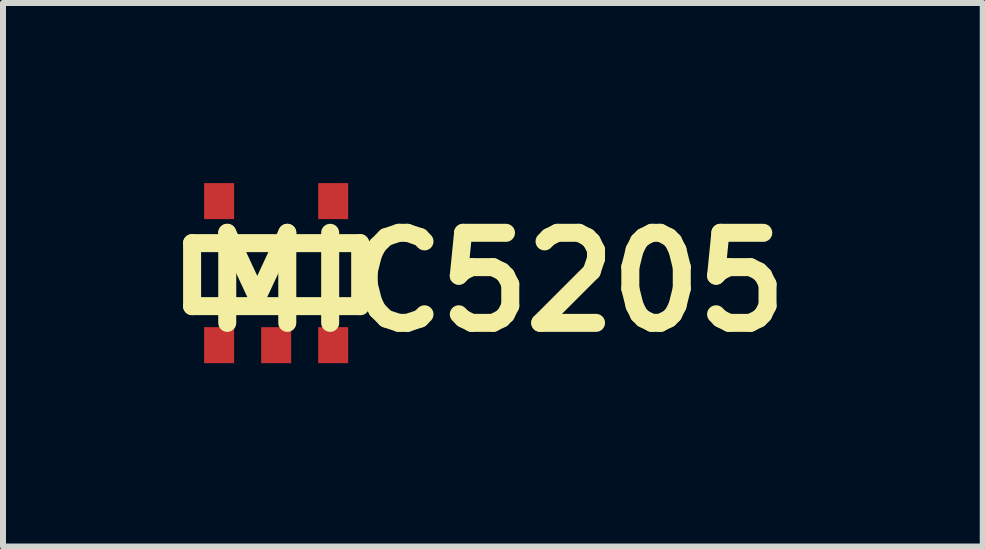
<source format=kicad_pcb>
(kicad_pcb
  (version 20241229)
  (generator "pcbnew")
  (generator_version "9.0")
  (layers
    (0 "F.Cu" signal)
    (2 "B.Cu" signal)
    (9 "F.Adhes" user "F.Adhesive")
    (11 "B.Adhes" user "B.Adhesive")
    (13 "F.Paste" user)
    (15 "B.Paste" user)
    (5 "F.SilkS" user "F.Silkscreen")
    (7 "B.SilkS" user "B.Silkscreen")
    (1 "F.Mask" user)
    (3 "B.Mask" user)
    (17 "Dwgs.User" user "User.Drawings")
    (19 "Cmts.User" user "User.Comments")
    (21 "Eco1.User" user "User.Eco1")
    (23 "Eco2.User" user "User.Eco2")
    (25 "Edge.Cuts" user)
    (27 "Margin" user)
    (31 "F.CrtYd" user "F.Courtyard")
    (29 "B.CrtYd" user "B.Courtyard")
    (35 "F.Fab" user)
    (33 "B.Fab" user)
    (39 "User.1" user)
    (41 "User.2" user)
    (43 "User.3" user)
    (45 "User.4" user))
  (footprint "MIC5205"
    (layer "F.Cu")
    (at 0.6 2.7)
    (property "Reference" "MIC5205" (at 4.6 -1.05 0) (layer "F.SilkS") (effects (font (size 1.5 1.5) (thickness 0.3))))
    (attr through_hole)
    (fp_line (start -0.45 -1.7) (end 2.35 -1.7) (stroke (width 0.3) (type solid)) (layer "F.SilkS"))
    (fp_line (start -0.45 -0.65) (end -0.45 -1.7) (stroke (width 0.3) (type solid)) (layer "F.SilkS"))
    (fp_line (start 2.35 -1.7) (end 2.35 -0.65) (stroke (width 0.3) (type solid)) (layer "F.SilkS"))
    (fp_line (start 2.35 -0.65) (end -0.45 -0.65) (stroke (width 0.3) (type solid)) (layer "F.SilkS"))
    (pad "1" smd rect (at 0 0) (size 0.5 0.6) (layers "F.Cu" "F.Mask" "F.Paste"))
    (pad "2" smd rect (at 0.95 0) (size 0.5 0.6) (layers "F.Cu" "F.Mask" "F.Paste"))
    (pad "3" smd rect (at 1.9 0) (size 0.5 0.6) (layers "F.Cu" "F.Mask" "F.Paste"))
    (pad "4" smd rect (at 1.9 -2.4) (size 0.5 0.6) (layers "F.Cu" "F.Mask" "F.Paste"))
    (pad "5" smd rect (at 0 -2.4) (size 0.5 0.6) (layers "F.Cu" "F.Mask" "F.Paste")))
  (gr_rect
    (start -3 -3)
    (end 13.321 6.054)
    (stroke (width 0.1) (type default))
    (fill no)
    (layer "Edge.Cuts")))
</source>
